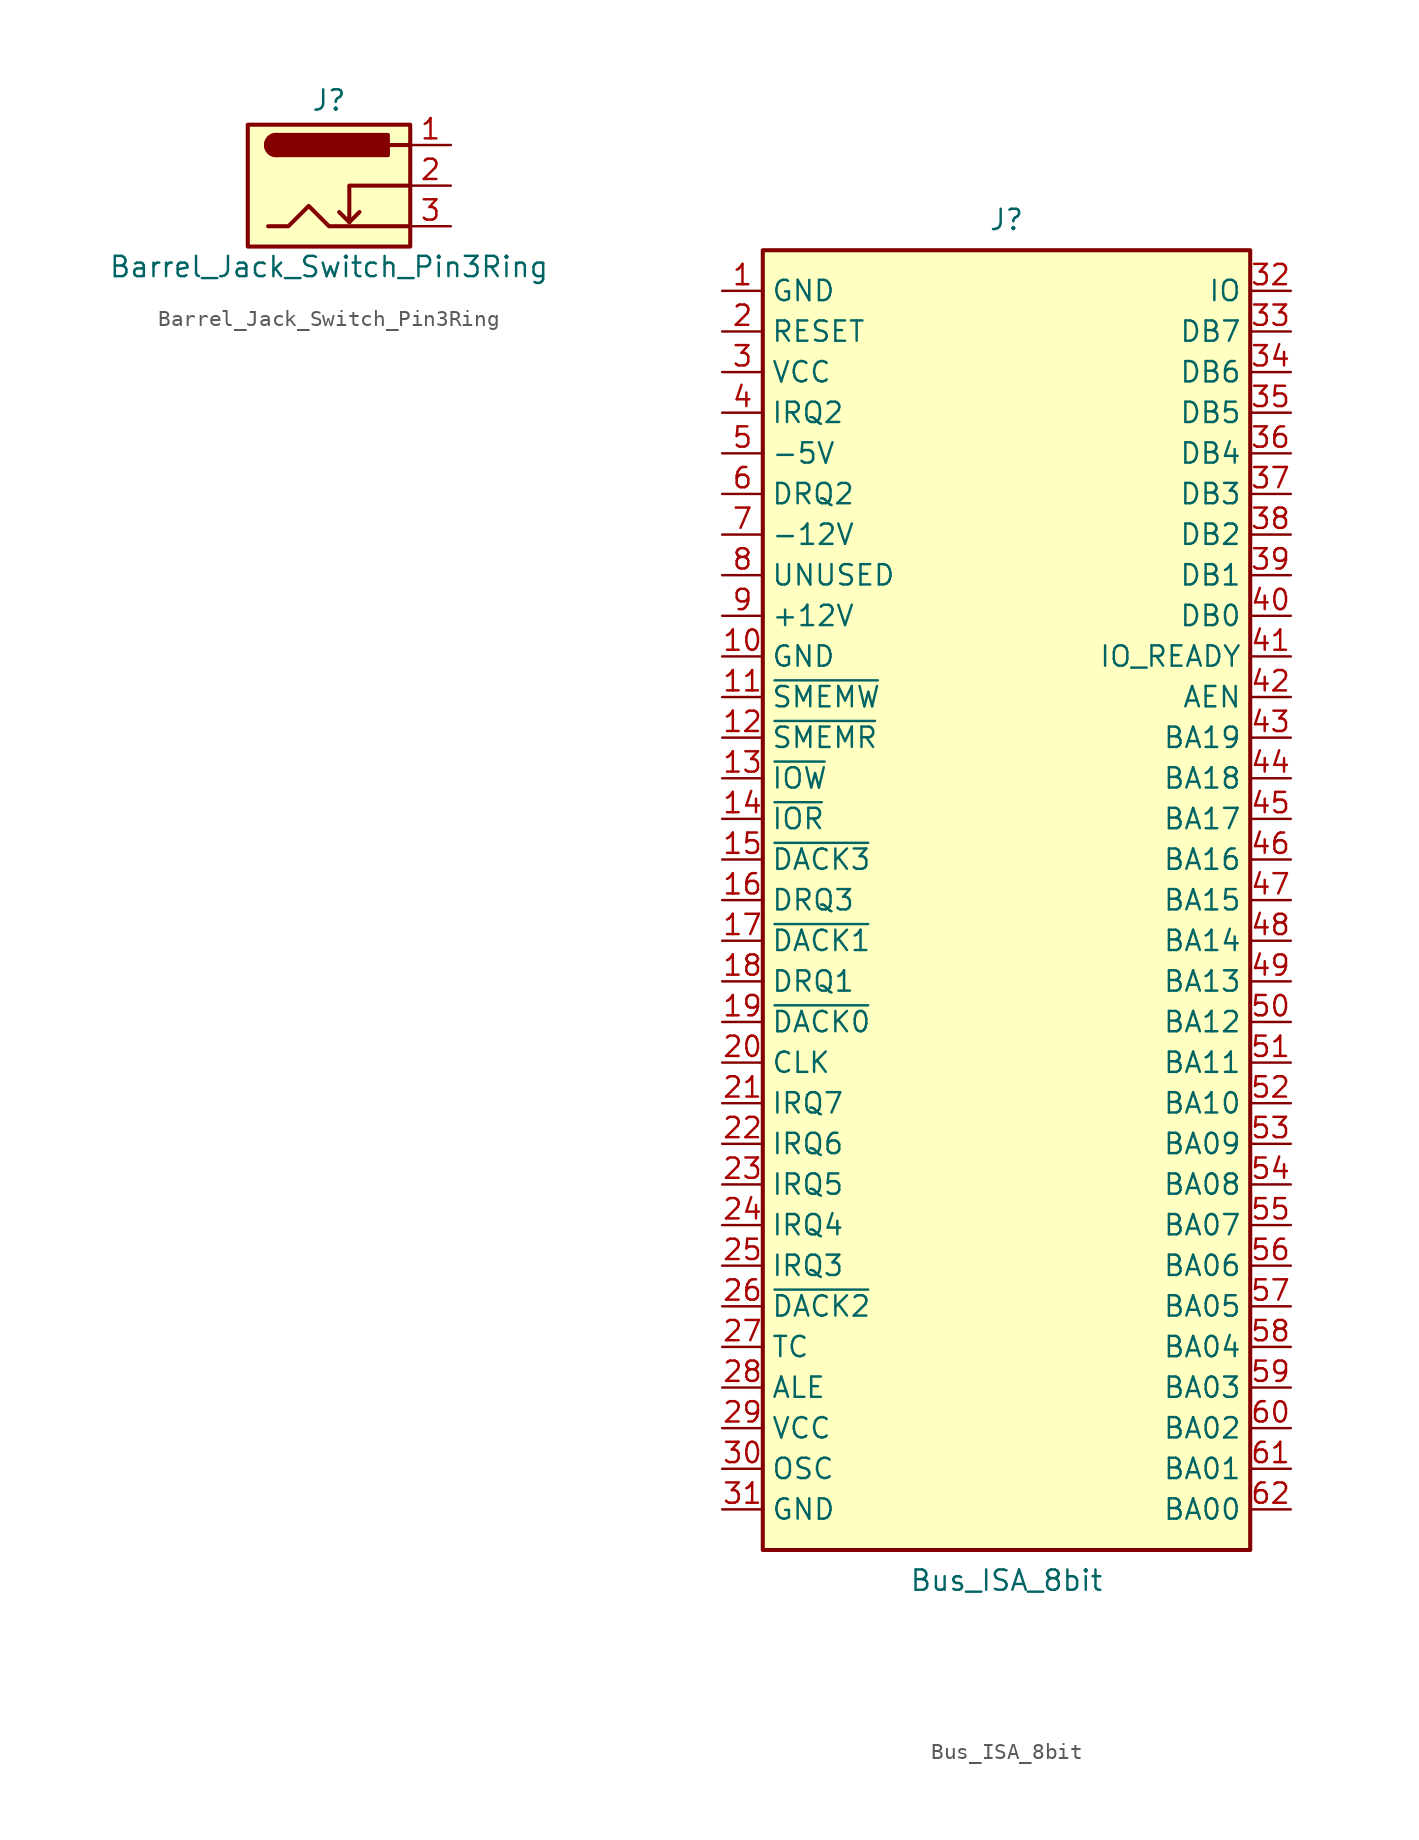
<source format=kicad_sym>
(kicad_symbol_lib
  (version 20201005)
  (generator kicad_symbol_editor)
  (symbol "Connector:Barrel_Jack_Switch_Pin3Ring"
    (pin_names hide)
    (property "Reference" "J"
      (at 0 5.334 0)
      (effects (font (size 1.27 1.27))))
    (property "Value" "Barrel_Jack_Switch_Pin3Ring"
      (at 0 -5.08 0)
      (effects (font (size 1.27 1.27))))
    (symbol "Barrel_Jack_Switch_Pin3Ring_0_1"
      (arc (start -3.302 3.175) (end -3.302 1.905) (radius (at -3.302 2.54) (length 0.635) (angles 90.1 -90.1)) (stroke (width 0.254)) (fill (type outline)))
      (arc (start -3.302 3.175) (end -3.302 1.905) (radius (at -3.302 2.54) (length 0.635) (angles 90.1 -90.1)) (stroke (width 0.254)) (fill (type none)))
      (rectangle (start -5.08 3.81) (end 5.08 -3.81) (stroke (width 0.254)) (fill (type background)))
      (rectangle (start 3.683 3.175) (end -3.302 1.905) (stroke (width 0.254)) (fill (type outline)))
      (polyline (pts (xy 1.27 -2.286) (xy 1.905 -1.651)) (stroke (width 0.254)) (fill (type none)))
      (polyline (pts (xy 5.08 2.54) (xy 3.81 2.54)) (stroke (width 0.254)) (fill (type none)))
      (polyline (pts (xy 5.08 0) (xy 1.27 0) (xy 1.27 -2.286) (xy 0.635 -1.651)) (stroke (width 0.254)) (fill (type none)))
      (polyline (pts (xy -3.81 -2.54) (xy -2.54 -2.54) (xy -1.27 -1.27) (xy 0 -2.54) (xy 2.54 -2.54) (xy 5.08 -2.54)) (stroke (width 0.254)) (fill (type none))))
    (symbol "Barrel_Jack_Switch_Pin3Ring_1_1"
      (pin passive line (at 7.62 2.54 180) (length 2.54) (name "~" (effects (font (size 1.27 1.27)))) (number "1" (effects (font (size 1.27 1.27)))))
      (pin passive line (at 7.62 0 180) (length 2.54) (name "~" (effects (font (size 1.27 1.27)))) (number "2" (effects (font (size 1.27 1.27)))))
      (pin passive line (at 7.62 -2.54 180) (length 2.54) (name "~" (effects (font (size 1.27 1.27)))) (number "3" (effects (font (size 1.27 1.27)))))))
  (symbol "Connector:Bus_ISA_8bit"
    (property "Reference" "J"
      (at 0 42.545 0)
      (effects (font (size 1.27 1.27))))
    (property "Value" "Bus_ISA_8bit"
      (at 0 -42.545 0)
      (effects (font (size 1.27 1.27))))
    (symbol "Bus_ISA_8bit_0_1"
      (rectangle (start -15.24 -40.64) (end 15.24 40.64) (stroke (width 0.254)) (fill (type background))))
    (symbol "Bus_ISA_8bit_1_1"
      (pin power_in line (at -17.78 38.1 0) (length 2.54) (name "GND" (effects (font (size 1.27 1.27)))) (number "1" (effects (font (size 1.27 1.27)))))
      (pin power_in line (at -17.78 15.24 0) (length 2.54) (name "GND" (effects (font (size 1.27 1.27)))) (number "10" (effects (font (size 1.27 1.27)))))
      (pin output line (at -17.78 12.7 0) (length 2.54) (name "~SMEMW" (effects (font (size 1.27 1.27)))) (number "11" (effects (font (size 1.27 1.27)))))
      (pin output line (at -17.78 10.16 0) (length 2.54) (name "~SMEMR" (effects (font (size 1.27 1.27)))) (number "12" (effects (font (size 1.27 1.27)))))
      (pin output line (at -17.78 7.62 0) (length 2.54) (name "~IOW" (effects (font (size 1.27 1.27)))) (number "13" (effects (font (size 1.27 1.27)))))
      (pin output line (at -17.78 5.08 0) (length 2.54) (name "~IOR" (effects (font (size 1.27 1.27)))) (number "14" (effects (font (size 1.27 1.27)))))
      (pin passive line (at -17.78 2.54 0) (length 2.54) (name "~DACK3" (effects (font (size 1.27 1.27)))) (number "15" (effects (font (size 1.27 1.27)))))
      (pin passive line (at -17.78 0 0) (length 2.54) (name "DRQ3" (effects (font (size 1.27 1.27)))) (number "16" (effects (font (size 1.27 1.27)))))
      (pin passive line (at -17.78 -2.54 0) (length 2.54) (name "~DACK1" (effects (font (size 1.27 1.27)))) (number "17" (effects (font (size 1.27 1.27)))))
      (pin passive line (at -17.78 -5.08 0) (length 2.54) (name "DRQ1" (effects (font (size 1.27 1.27)))) (number "18" (effects (font (size 1.27 1.27)))))
      (pin passive line (at -17.78 -7.62 0) (length 2.54) (name "~DACK0" (effects (font (size 1.27 1.27)))) (number "19" (effects (font (size 1.27 1.27)))))
      (pin output line (at -17.78 35.56 0) (length 2.54) (name "RESET" (effects (font (size 1.27 1.27)))) (number "2" (effects (font (size 1.27 1.27)))))
      (pin output line (at -17.78 -10.16 0) (length 2.54) (name "CLK" (effects (font (size 1.27 1.27)))) (number "20" (effects (font (size 1.27 1.27)))))
      (pin passive line (at -17.78 -12.7 0) (length 2.54) (name "IRQ7" (effects (font (size 1.27 1.27)))) (number "21" (effects (font (size 1.27 1.27)))))
      (pin passive line (at -17.78 -15.24 0) (length 2.54) (name "IRQ6" (effects (font (size 1.27 1.27)))) (number "22" (effects (font (size 1.27 1.27)))))
      (pin passive line (at -17.78 -17.78 0) (length 2.54) (name "IRQ5" (effects (font (size 1.27 1.27)))) (number "23" (effects (font (size 1.27 1.27)))))
      (pin passive line (at -17.78 -20.32 0) (length 2.54) (name "IRQ4" (effects (font (size 1.27 1.27)))) (number "24" (effects (font (size 1.27 1.27)))))
      (pin passive line (at -17.78 -22.86 0) (length 2.54) (name "IRQ3" (effects (font (size 1.27 1.27)))) (number "25" (effects (font (size 1.27 1.27)))))
      (pin passive line (at -17.78 -25.4 0) (length 2.54) (name "~DACK2" (effects (font (size 1.27 1.27)))) (number "26" (effects (font (size 1.27 1.27)))))
      (pin passive line (at -17.78 -27.94 0) (length 2.54) (name "TC" (effects (font (size 1.27 1.27)))) (number "27" (effects (font (size 1.27 1.27)))))
      (pin output line (at -17.78 -30.48 0) (length 2.54) (name "ALE" (effects (font (size 1.27 1.27)))) (number "28" (effects (font (size 1.27 1.27)))))
      (pin power_in line (at -17.78 -33.02 0) (length 2.54) (name "VCC" (effects (font (size 1.27 1.27)))) (number "29" (effects (font (size 1.27 1.27)))))
      (pin power_in line (at -17.78 33.02 0) (length 2.54) (name "VCC" (effects (font (size 1.27 1.27)))) (number "3" (effects (font (size 1.27 1.27)))))
      (pin output line (at -17.78 -35.56 0) (length 2.54) (name "OSC" (effects (font (size 1.27 1.27)))) (number "30" (effects (font (size 1.27 1.27)))))
      (pin power_in line (at -17.78 -38.1 0) (length 2.54) (name "GND" (effects (font (size 1.27 1.27)))) (number "31" (effects (font (size 1.27 1.27)))))
      (pin passive line (at 17.78 38.1 180) (length 2.54) (name "IO" (effects (font (size 1.27 1.27)))) (number "32" (effects (font (size 1.27 1.27)))))
      (pin tri_state line (at 17.78 35.56 180) (length 2.54) (name "DB7" (effects (font (size 1.27 1.27)))) (number "33" (effects (font (size 1.27 1.27)))))
      (pin tri_state line (at 17.78 33.02 180) (length 2.54) (name "DB6" (effects (font (size 1.27 1.27)))) (number "34" (effects (font (size 1.27 1.27)))))
      (pin tri_state line (at 17.78 30.48 180) (length 2.54) (name "DB5" (effects (font (size 1.27 1.27)))) (number "35" (effects (font (size 1.27 1.27)))))
      (pin tri_state line (at 17.78 27.94 180) (length 2.54) (name "DB4" (effects (font (size 1.27 1.27)))) (number "36" (effects (font (size 1.27 1.27)))))
      (pin tri_state line (at 17.78 25.4 180) (length 2.54) (name "DB3" (effects (font (size 1.27 1.27)))) (number "37" (effects (font (size 1.27 1.27)))))
      (pin tri_state line (at 17.78 22.86 180) (length 2.54) (name "DB2" (effects (font (size 1.27 1.27)))) (number "38" (effects (font (size 1.27 1.27)))))
      (pin tri_state line (at 17.78 20.32 180) (length 2.54) (name "DB1" (effects (font (size 1.27 1.27)))) (number "39" (effects (font (size 1.27 1.27)))))
      (pin passive line (at -17.78 30.48 0) (length 2.54) (name "IRQ2" (effects (font (size 1.27 1.27)))) (number "4" (effects (font (size 1.27 1.27)))))
      (pin tri_state line (at 17.78 17.78 180) (length 2.54) (name "DB0" (effects (font (size 1.27 1.27)))) (number "40" (effects (font (size 1.27 1.27)))))
      (pin passive line (at 17.78 15.24 180) (length 2.54) (name "IO_READY" (effects (font (size 1.27 1.27)))) (number "41" (effects (font (size 1.27 1.27)))))
      (pin output line (at 17.78 12.7 180) (length 2.54) (name "AEN" (effects (font (size 1.27 1.27)))) (number "42" (effects (font (size 1.27 1.27)))))
      (pin tri_state line (at 17.78 10.16 180) (length 2.54) (name "BA19" (effects (font (size 1.27 1.27)))) (number "43" (effects (font (size 1.27 1.27)))))
      (pin tri_state line (at 17.78 7.62 180) (length 2.54) (name "BA18" (effects (font (size 1.27 1.27)))) (number "44" (effects (font (size 1.27 1.27)))))
      (pin tri_state line (at 17.78 5.08 180) (length 2.54) (name "BA17" (effects (font (size 1.27 1.27)))) (number "45" (effects (font (size 1.27 1.27)))))
      (pin tri_state line (at 17.78 2.54 180) (length 2.54) (name "BA16" (effects (font (size 1.27 1.27)))) (number "46" (effects (font (size 1.27 1.27)))))
      (pin tri_state line (at 17.78 0 180) (length 2.54) (name "BA15" (effects (font (size 1.27 1.27)))) (number "47" (effects (font (size 1.27 1.27)))))
      (pin tri_state line (at 17.78 -2.54 180) (length 2.54) (name "BA14" (effects (font (size 1.27 1.27)))) (number "48" (effects (font (size 1.27 1.27)))))
      (pin tri_state line (at 17.78 -5.08 180) (length 2.54) (name "BA13" (effects (font (size 1.27 1.27)))) (number "49" (effects (font (size 1.27 1.27)))))
      (pin power_in line (at -17.78 27.94 0) (length 2.54) (name "-5V" (effects (font (size 1.27 1.27)))) (number "5" (effects (font (size 1.27 1.27)))))
      (pin tri_state line (at 17.78 -7.62 180) (length 2.54) (name "BA12" (effects (font (size 1.27 1.27)))) (number "50" (effects (font (size 1.27 1.27)))))
      (pin tri_state line (at 17.78 -10.16 180) (length 2.54) (name "BA11" (effects (font (size 1.27 1.27)))) (number "51" (effects (font (size 1.27 1.27)))))
      (pin tri_state line (at 17.78 -12.7 180) (length 2.54) (name "BA10" (effects (font (size 1.27 1.27)))) (number "52" (effects (font (size 1.27 1.27)))))
      (pin tri_state line (at 17.78 -15.24 180) (length 2.54) (name "BA09" (effects (font (size 1.27 1.27)))) (number "53" (effects (font (size 1.27 1.27)))))
      (pin tri_state line (at 17.78 -17.78 180) (length 2.54) (name "BA08" (effects (font (size 1.27 1.27)))) (number "54" (effects (font (size 1.27 1.27)))))
      (pin tri_state line (at 17.78 -20.32 180) (length 2.54) (name "BA07" (effects (font (size 1.27 1.27)))) (number "55" (effects (font (size 1.27 1.27)))))
      (pin tri_state line (at 17.78 -22.86 180) (length 2.54) (name "BA06" (effects (font (size 1.27 1.27)))) (number "56" (effects (font (size 1.27 1.27)))))
      (pin tri_state line (at 17.78 -25.4 180) (length 2.54) (name "BA05" (effects (font (size 1.27 1.27)))) (number "57" (effects (font (size 1.27 1.27)))))
      (pin tri_state line (at 17.78 -27.94 180) (length 2.54) (name "BA04" (effects (font (size 1.27 1.27)))) (number "58" (effects (font (size 1.27 1.27)))))
      (pin tri_state line (at 17.78 -30.48 180) (length 2.54) (name "BA03" (effects (font (size 1.27 1.27)))) (number "59" (effects (font (size 1.27 1.27)))))
      (pin passive line (at -17.78 25.4 0) (length 2.54) (name "DRQ2" (effects (font (size 1.27 1.27)))) (number "6" (effects (font (size 1.27 1.27)))))
      (pin tri_state line (at 17.78 -33.02 180) (length 2.54) (name "BA02" (effects (font (size 1.27 1.27)))) (number "60" (effects (font (size 1.27 1.27)))))
      (pin tri_state line (at 17.78 -35.56 180) (length 2.54) (name "BA01" (effects (font (size 1.27 1.27)))) (number "61" (effects (font (size 1.27 1.27)))))
      (pin tri_state line (at 17.78 -38.1 180) (length 2.54) (name "BA00" (effects (font (size 1.27 1.27)))) (number "62" (effects (font (size 1.27 1.27)))))
      (pin power_in line (at -17.78 22.86 0) (length 2.54) (name "-12V" (effects (font (size 1.27 1.27)))) (number "7" (effects (font (size 1.27 1.27)))))
      (pin passive line (at -17.78 20.32 0) (length 2.54) (name "UNUSED" (effects (font (size 1.27 1.27)))) (number "8" (effects (font (size 1.27 1.27)))))
      (pin power_in line (at -17.78 17.78 0) (length 2.54) (name "+12V" (effects (font (size 1.27 1.27)))) (number "9" (effects (font (size 1.27 1.27))))))))
</source>
